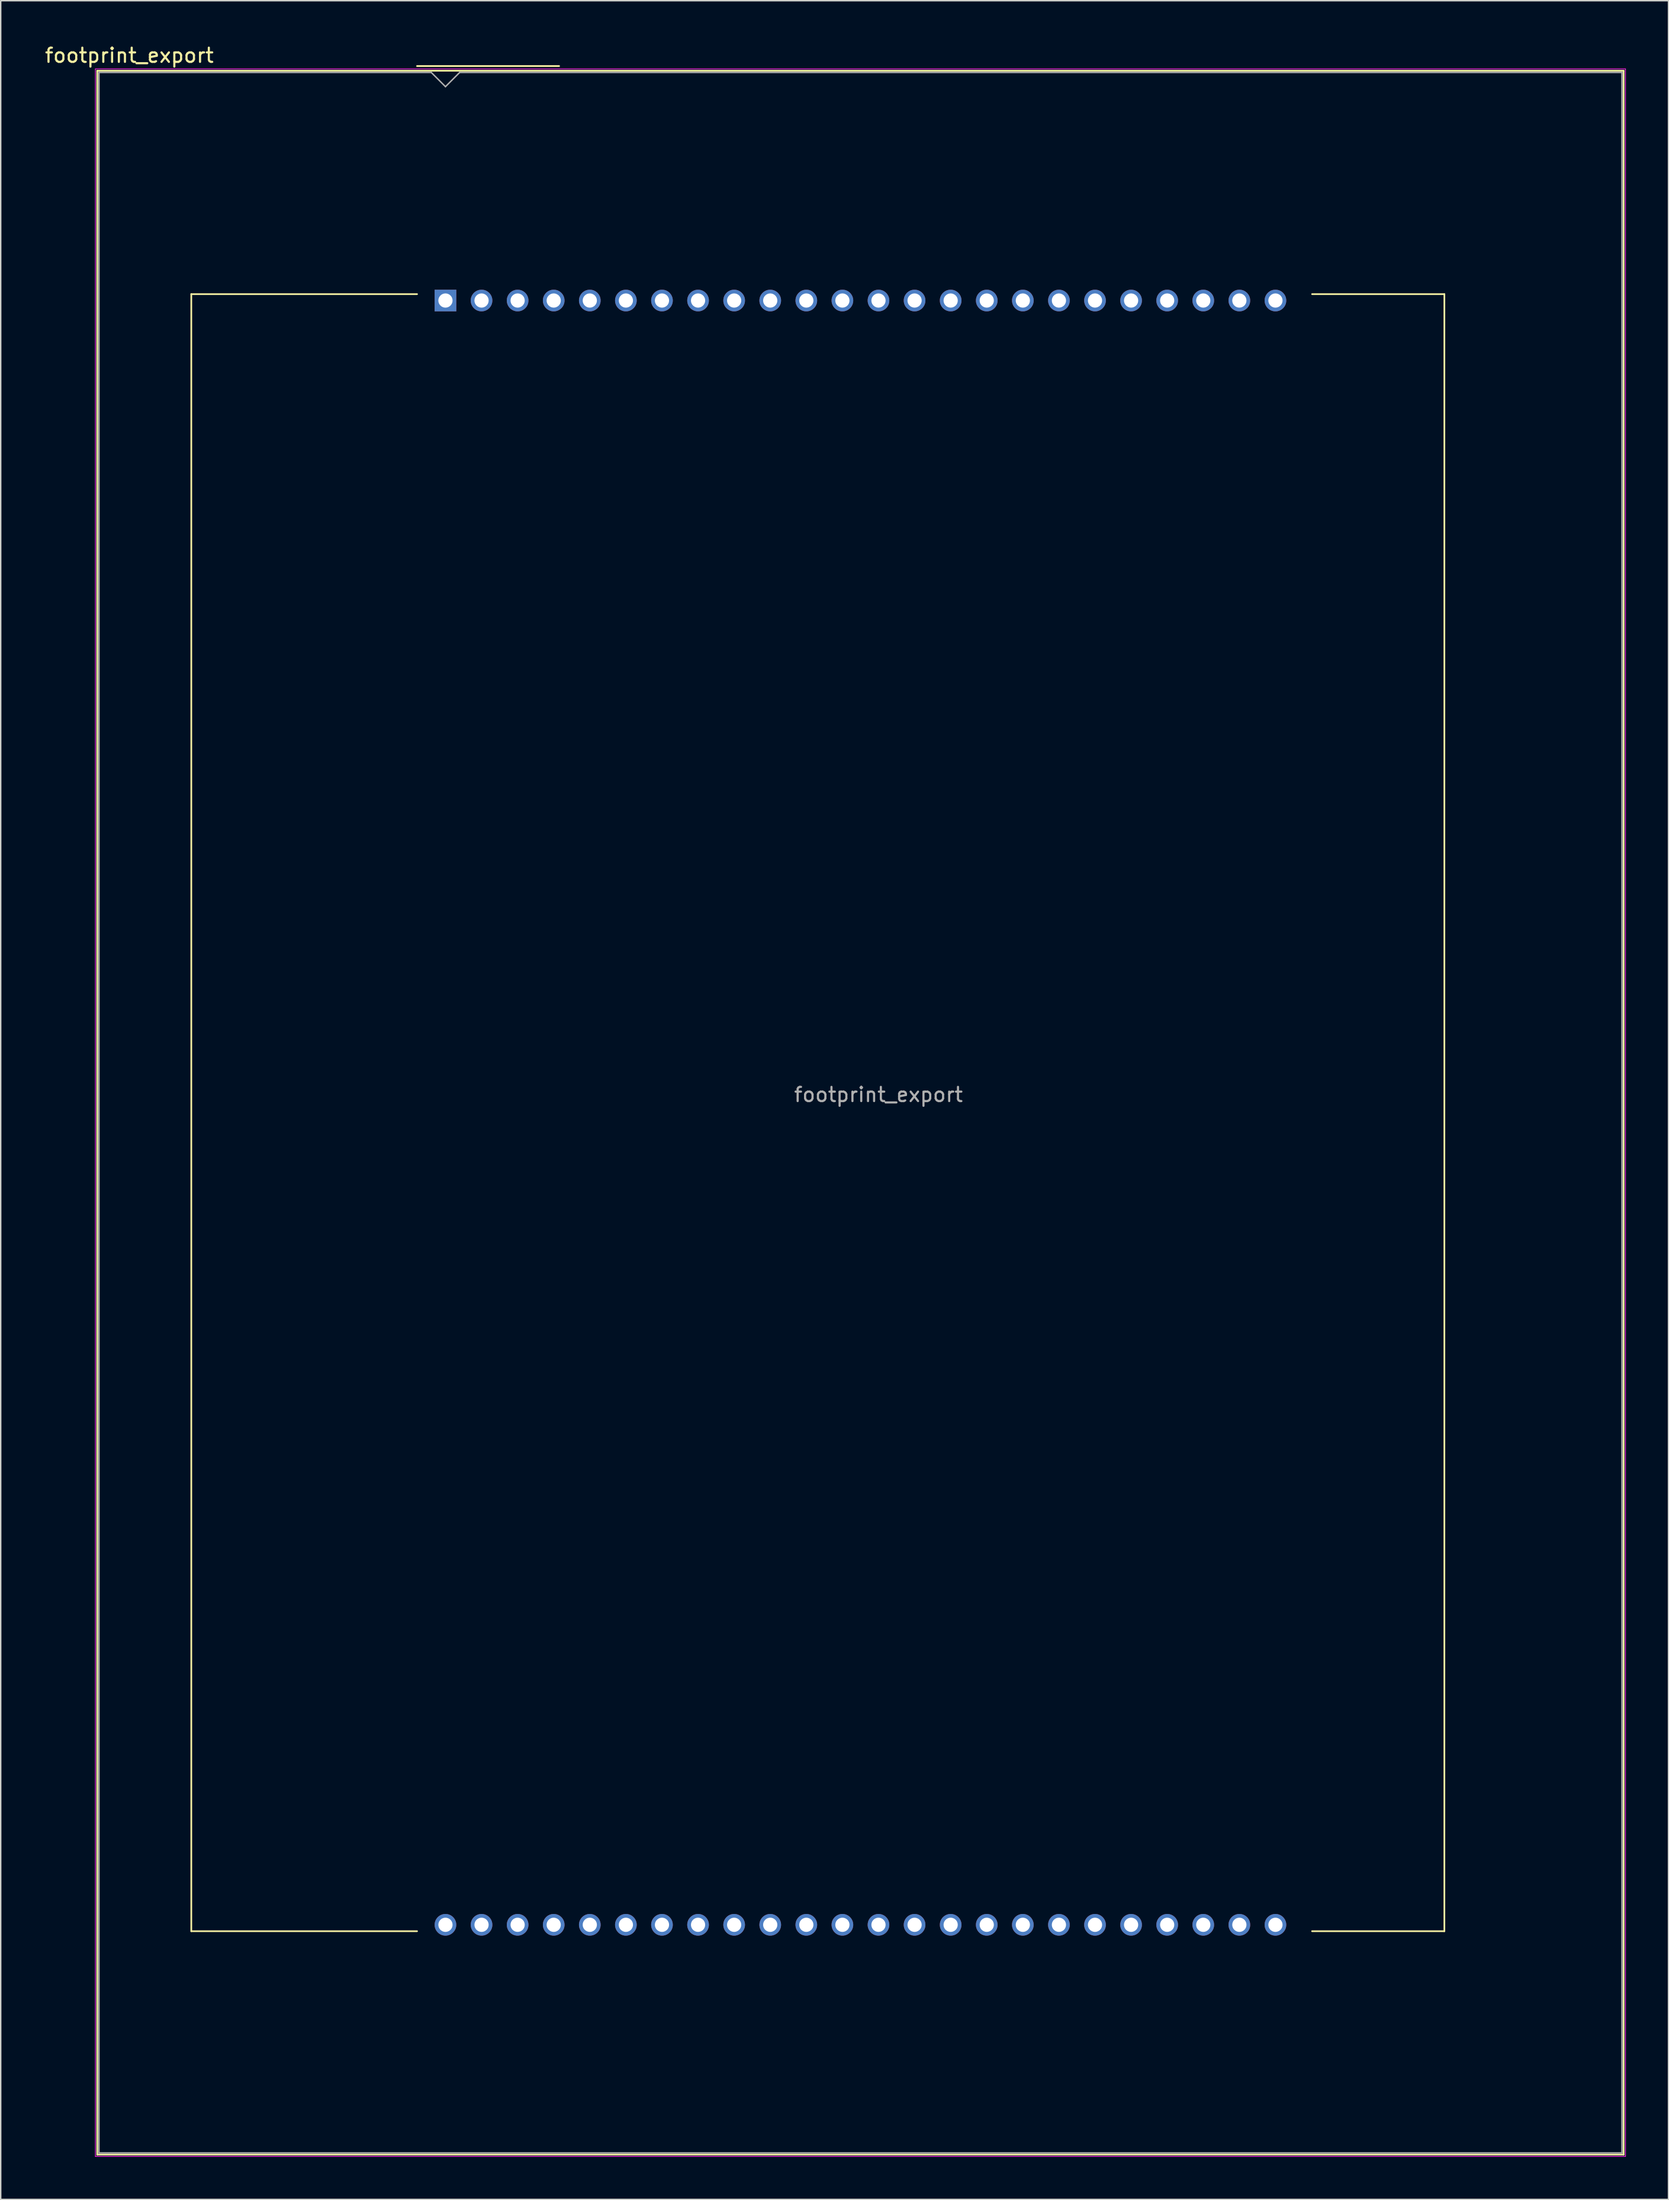
<source format=kicad_pcb>
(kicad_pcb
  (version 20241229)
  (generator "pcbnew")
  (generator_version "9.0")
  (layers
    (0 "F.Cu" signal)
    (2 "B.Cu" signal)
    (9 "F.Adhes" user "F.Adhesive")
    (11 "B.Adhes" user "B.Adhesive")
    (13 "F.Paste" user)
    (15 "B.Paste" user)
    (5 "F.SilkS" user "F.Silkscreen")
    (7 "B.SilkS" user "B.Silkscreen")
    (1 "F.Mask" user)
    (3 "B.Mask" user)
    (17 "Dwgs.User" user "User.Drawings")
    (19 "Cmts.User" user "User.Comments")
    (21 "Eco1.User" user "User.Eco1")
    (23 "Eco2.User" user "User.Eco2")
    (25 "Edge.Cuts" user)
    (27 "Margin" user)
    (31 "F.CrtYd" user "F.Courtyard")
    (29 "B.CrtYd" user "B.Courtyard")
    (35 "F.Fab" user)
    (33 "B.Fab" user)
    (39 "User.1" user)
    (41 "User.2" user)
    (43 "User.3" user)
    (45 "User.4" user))
  (footprint "footprint_export"
    (layer "F.Cu")
    (at 28.304 18.098)
    (property "Reference" "footprint_export" (at -22.25 -17.25 0) (layer "F.SilkS") (effects (font (size 1 1) (thickness 0.15))))
    (attr through_hole)
    (fp_line (start -24.51 -16.17) (end 82.93 -16.17) (stroke (width 0.12) (type solid)) (layer "F.SilkS"))
    (fp_line (start -24.51 130.47) (end -24.51 -16.17) (stroke (width 0.12) (type solid)) (layer "F.SilkS"))
    (fp_line (start -17.89 -0.45) (end -2 -0.45) (stroke (width 0.12) (type solid)) (layer "F.SilkS"))
    (fp_line (start -17.89 114.75) (end -17.89 -0.45) (stroke (width 0.12) (type solid)) (layer "F.SilkS"))
    (fp_line (start -2 -16.5) (end 8 -16.5) (stroke (width 0.12) (type solid)) (layer "F.SilkS"))
    (fp_line (start -2 114.75) (end -17.89 114.75) (stroke (width 0.12) (type solid)) (layer "F.SilkS"))
    (fp_line (start 61 -0.45) (end 70.31 -0.45) (stroke (width 0.12) (type solid)) (layer "F.SilkS"))
    (fp_line (start 61 114.75) (end 70.31 114.75) (stroke (width 0.12) (type solid)) (layer "F.SilkS"))
    (fp_line (start 70.31 -0.45) (end 70.31 114.75) (stroke (width 0.12) (type solid)) (layer "F.SilkS"))
    (fp_line (start 82.93 -16.17) (end 82.93 130.47) (stroke (width 0.12) (type solid)) (layer "F.SilkS"))
    (fp_line (start 82.93 130.47) (end -24.51 130.47) (stroke (width 0.12) (type solid)) (layer "F.SilkS"))
    (fp_line (start -24.64 -16.3) (end 83.06 -16.3) (stroke (width 0.05) (type solid)) (layer "F.CrtYd"))
    (fp_line (start -24.64 130.6) (end -24.64 -16.3) (stroke (width 0.05) (type solid)) (layer "F.CrtYd"))
    (fp_line (start 83.06 -16.3) (end 83.06 130.6) (stroke (width 0.05) (type solid)) (layer "F.CrtYd"))
    (fp_line (start 83.06 130.6) (end -24.64 130.6) (stroke (width 0.05) (type solid)) (layer "F.CrtYd"))
    (fp_line (start -24.39 -16.05) (end -1 -16.05) (stroke (width 0.1) (type solid)) (layer "F.Fab"))
    (fp_line (start -24.39 130.35) (end -24.39 -16.05) (stroke (width 0.1) (type solid)) (layer "F.Fab"))
    (fp_line (start 0 -15.05) (end -1 -16.05) (stroke (width 0.1) (type solid)) (layer "F.Fab"))
    (fp_line (start 0 -15.05) (end 1 -16.05) (stroke (width 0.1) (type solid)) (layer "F.Fab"))
    (fp_line (start 1 -16.05) (end 82.81 -16.05) (stroke (width 0.1) (type solid)) (layer "F.Fab"))
    (fp_line (start 82.81 -16.05) (end 82.81 130.35) (stroke (width 0.1) (type solid)) (layer "F.Fab"))
    (fp_line (start 82.81 130.35) (end -24.39 130.35) (stroke (width 0.1) (type solid)) (layer "F.Fab"))
    (fp_text user "${REFERENCE}" (at 30.48 55.88 0) (layer "F.Fab") (effects (font (size 1 1) (thickness 0.15))))
    (pad "1" thru_hole rect (at 0 0) (size 1.524 1.524) (drill 1) (layers "*.Cu" "*.Mask"))
    (pad "2" thru_hole circle (at 2.54 0) (size 1.524 1.524) (drill 1) (layers "*.Cu" "*.Mask"))
    (pad "3" thru_hole circle (at 5.08 0) (size 1.524 1.524) (drill 1) (layers "*.Cu" "*.Mask"))
    (pad "4" thru_hole circle (at 7.62 0) (size 1.524 1.524) (drill 1) (layers "*.Cu" "*.Mask"))
    (pad "5" thru_hole circle (at 10.16 0) (size 1.524 1.524) (drill 1) (layers "*.Cu" "*.Mask"))
    (pad "6" thru_hole circle (at 12.7 0) (size 1.524 1.524) (drill 1) (layers "*.Cu" "*.Mask"))
    (pad "7" thru_hole circle (at 15.24 0) (size 1.524 1.524) (drill 1) (layers "*.Cu" "*.Mask"))
    (pad "8" thru_hole circle (at 17.78 0) (size 1.524 1.524) (drill 1) (layers "*.Cu" "*.Mask"))
    (pad "9" thru_hole circle (at 20.32 0) (size 1.524 1.524) (drill 1) (layers "*.Cu" "*.Mask"))
    (pad "10" thru_hole circle (at 22.86 0) (size 1.524 1.524) (drill 1) (layers "*.Cu" "*.Mask"))
    (pad "11" thru_hole circle (at 25.4 0) (size 1.524 1.524) (drill 1) (layers "*.Cu" "*.Mask"))
    (pad "12" thru_hole circle (at 27.94 0) (size 1.524 1.524) (drill 1) (layers "*.Cu" "*.Mask"))
    (pad "13" thru_hole circle (at 30.48 0) (size 1.524 1.524) (drill 1) (layers "*.Cu" "*.Mask"))
    (pad "14" thru_hole circle (at 33.02 0) (size 1.524 1.524) (drill 1) (layers "*.Cu" "*.Mask"))
    (pad "15" thru_hole circle (at 35.56 0) (size 1.524 1.524) (drill 1) (layers "*.Cu" "*.Mask"))
    (pad "16" thru_hole circle (at 38.1 0) (size 1.524 1.524) (drill 1) (layers "*.Cu" "*.Mask"))
    (pad "17" thru_hole circle (at 40.64 0) (size 1.524 1.524) (drill 1) (layers "*.Cu" "*.Mask"))
    (pad "18" thru_hole circle (at 43.18 0) (size 1.524 1.524) (drill 1) (layers "*.Cu" "*.Mask"))
    (pad "19" thru_hole circle (at 45.72 0) (size 1.524 1.524) (drill 1) (layers "*.Cu" "*.Mask"))
    (pad "20" thru_hole circle (at 48.26 0) (size 1.524 1.524) (drill 1) (layers "*.Cu" "*.Mask"))
    (pad "21" thru_hole circle (at 50.8 0) (size 1.524 1.524) (drill 1) (layers "*.Cu" "*.Mask"))
    (pad "22" thru_hole circle (at 53.34 0) (size 1.524 1.524) (drill 1) (layers "*.Cu" "*.Mask"))
    (pad "23" thru_hole circle (at 55.88 0) (size 1.524 1.524) (drill 1) (layers "*.Cu" "*.Mask"))
    (pad "24" thru_hole circle (at 58.42 0) (size 1.524 1.524) (drill 1) (layers "*.Cu" "*.Mask"))
    (pad "25" thru_hole circle (at 58.42 114.3) (size 1.524 1.524) (drill 1) (layers "*.Cu" "*.Mask"))
    (pad "26" thru_hole circle (at 55.88 114.3) (size 1.524 1.524) (drill 1) (layers "*.Cu" "*.Mask"))
    (pad "27" thru_hole circle (at 53.34 114.3) (size 1.524 1.524) (drill 1) (layers "*.Cu" "*.Mask"))
    (pad "28" thru_hole circle (at 50.8 114.3) (size 1.524 1.524) (drill 1) (layers "*.Cu" "*.Mask"))
    (pad "29" thru_hole circle (at 48.26 114.3) (size 1.524 1.524) (drill 1) (layers "*.Cu" "*.Mask"))
    (pad "30" thru_hole circle (at 45.72 114.3) (size 1.524 1.524) (drill 1) (layers "*.Cu" "*.Mask"))
    (pad "31" thru_hole circle (at 43.18 114.3) (size 1.524 1.524) (drill 1) (layers "*.Cu" "*.Mask"))
    (pad "32" thru_hole circle (at 40.64 114.3) (size 1.524 1.524) (drill 1) (layers "*.Cu" "*.Mask"))
    (pad "33" thru_hole circle (at 38.1 114.3) (size 1.524 1.524) (drill 1) (layers "*.Cu" "*.Mask"))
    (pad "34" thru_hole circle (at 35.56 114.3) (size 1.524 1.524) (drill 1) (layers "*.Cu" "*.Mask"))
    (pad "35" thru_hole circle (at 33.02 114.3) (size 1.524 1.524) (drill 1) (layers "*.Cu" "*.Mask"))
    (pad "36" thru_hole circle (at 30.48 114.3) (size 1.524 1.524) (drill 1) (layers "*.Cu" "*.Mask"))
    (pad "37" thru_hole circle (at 27.94 114.3) (size 1.524 1.524) (drill 1) (layers "*.Cu" "*.Mask"))
    (pad "38" thru_hole circle (at 25.4 114.3) (size 1.524 1.524) (drill 1) (layers "*.Cu" "*.Mask"))
    (pad "39" thru_hole circle (at 22.86 114.3) (size 1.524 1.524) (drill 1) (layers "*.Cu" "*.Mask"))
    (pad "40" thru_hole circle (at 20.32 114.3) (size 1.524 1.524) (drill 1) (layers "*.Cu" "*.Mask"))
    (pad "41" thru_hole circle (at 17.78 114.3) (size 1.524 1.524) (drill 1) (layers "*.Cu" "*.Mask"))
    (pad "42" thru_hole circle (at 15.24 114.3) (size 1.524 1.524) (drill 1) (layers "*.Cu" "*.Mask"))
    (pad "43" thru_hole circle (at 12.7 114.3) (size 1.524 1.524) (drill 1) (layers "*.Cu" "*.Mask"))
    (pad "44" thru_hole circle (at 10.16 114.3) (size 1.524 1.524) (drill 1) (layers "*.Cu" "*.Mask"))
    (pad "45" thru_hole circle (at 7.62 114.3) (size 1.524 1.524) (drill 1) (layers "*.Cu" "*.Mask"))
    (pad "46" thru_hole circle (at 5.08 114.3) (size 1.524 1.524) (drill 1) (layers "*.Cu" "*.Mask"))
    (pad "47" thru_hole circle (at 2.54 114.3) (size 1.524 1.524) (drill 1) (layers "*.Cu" "*.Mask"))
    (pad "48" thru_hole circle (at 0 114.3) (size 1.524 1.524) (drill 1) (layers "*.Cu" "*.Mask")))
  (gr_rect
    (start -3 -3)
    (end 114.389 151.723)
    (stroke (width 0.1) (type default))
    (fill no)
    (layer "Edge.Cuts")))
</source>
